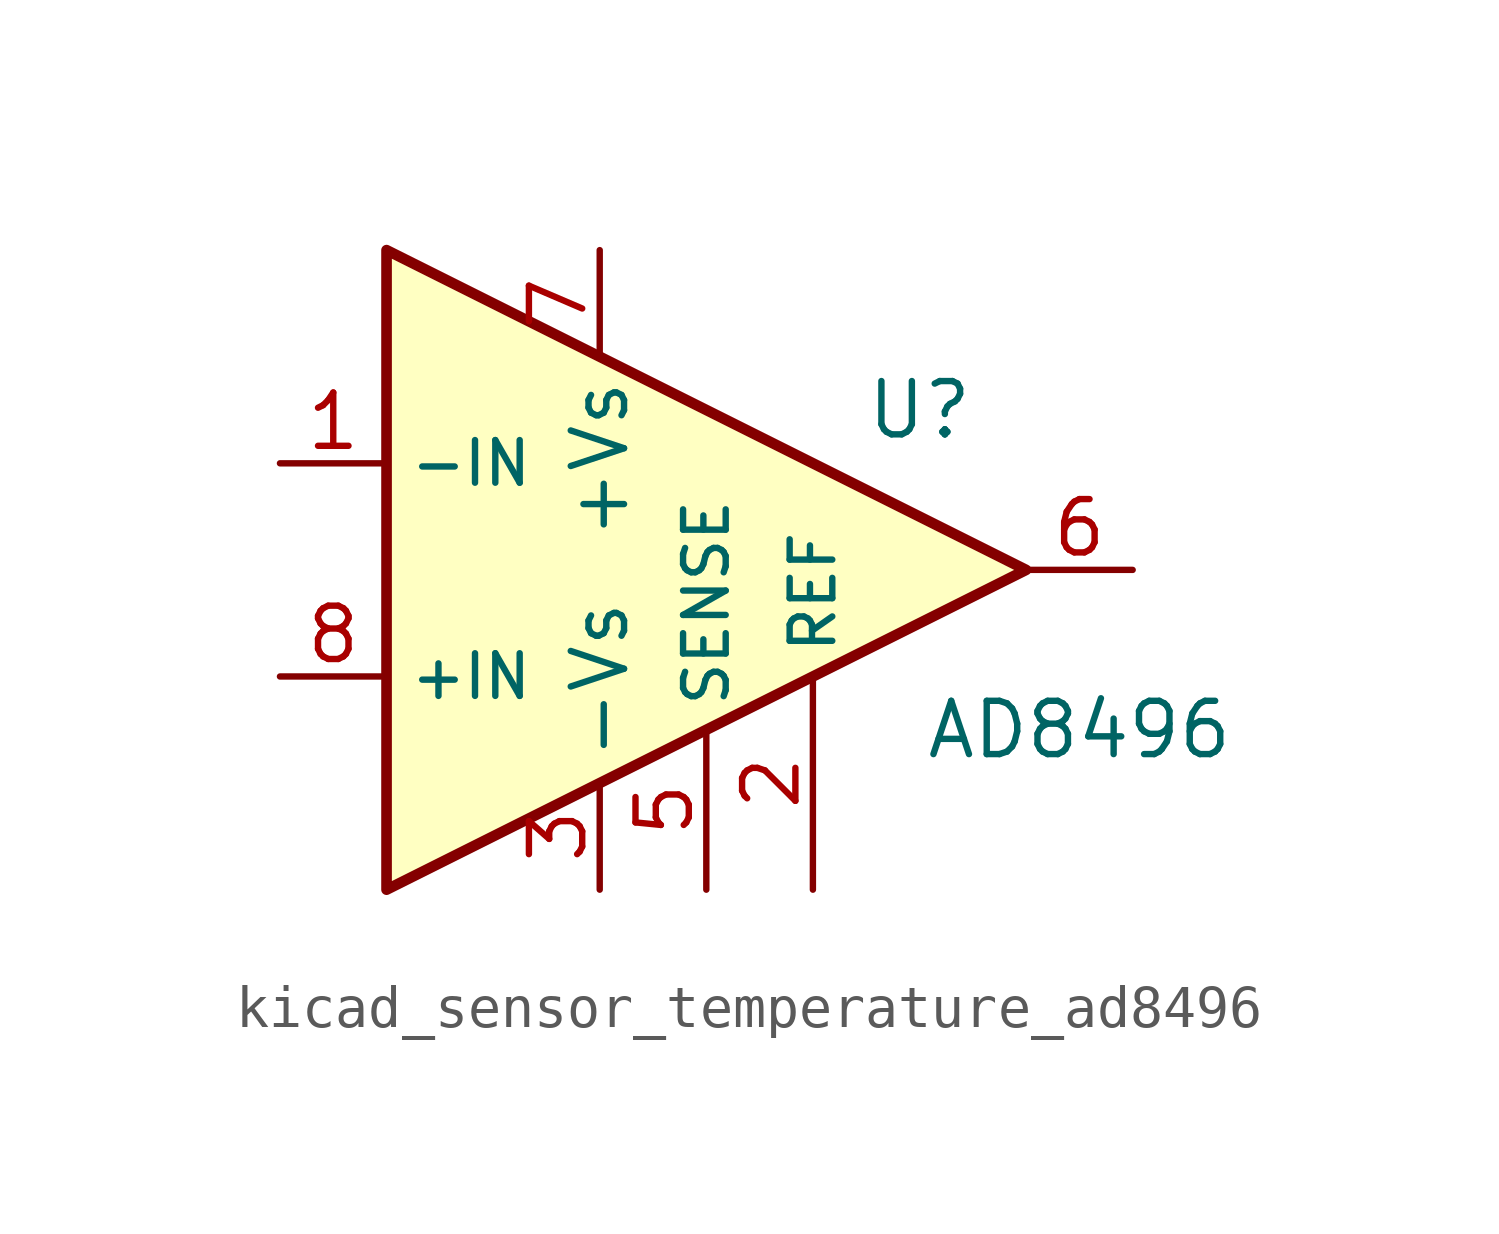
<source format=kicad_sym>
(kicad_symbol_lib
  (version 20220914)
  (generator kicad_symbol_editor)
  (symbol "kicad_sensor_temperature_ad8496"
    (property "Reference" "U"
      (at 5.08 3.81 0)
      (effects (font (size 1.27 1.27))))
    (property "Value" "AD8496"
      (at 8.89 -3.81 0)
      (effects (font (size 1.27 1.27))))
    (symbol "kicad_sensor_temperature_ad8496_0_1"
      (polyline (pts (xy -7.62 7.62) (xy 7.62 0) (xy -7.62 -7.62) (xy -7.62 7.62)) (stroke (width 0.254) (type default)) (fill (type background))))
    (symbol "kicad_sensor_temperature_ad8496_1_1"
      (pin input line (at -10.16 2.54 0) (length 2.54) (name "-IN" (effects (font (size 1.016 1.016)))) (number "1" (effects (font (size 1.27 1.27)))))
      (pin input line (at 2.54 -7.62 90) (length 5.08) (name "REF" (effects (font (size 1.016 1.016)))) (number "2" (effects (font (size 1.27 1.27)))))
      (pin power_in line (at -2.54 -7.62 90) (length 2.54) (name "-Vs" (effects (font (size 1.27 1.27)))) (number "3" (effects (font (size 1.27 1.27)))))
      (pin no_connect line (at -5.08 0 180) (length 2.54) hide (name "NC" (effects (font (size 1.27 1.27)))) (number "4" (effects (font (size 1.27 1.27)))))
      (pin passive line (at 0 -7.62 90) (length 3.81) (name "SENSE" (effects (font (size 1.016 1.016)))) (number "5" (effects (font (size 1.27 1.27)))))
      (pin output line (at 10.16 0 180) (length 2.54) (name "~" (effects (font (size 1.27 1.27)))) (number "6" (effects (font (size 1.27 1.27)))))
      (pin power_in line (at -2.54 7.62 270) (length 2.54) (name "+Vs" (effects (font (size 1.27 1.27)))) (number "7" (effects (font (size 1.27 1.27)))))
      (pin input line (at -10.16 -2.54 0) (length 2.54) (name "+IN" (effects (font (size 1.016 1.016)))) (number "8" (effects (font (size 1.27 1.27))))))))
</source>
